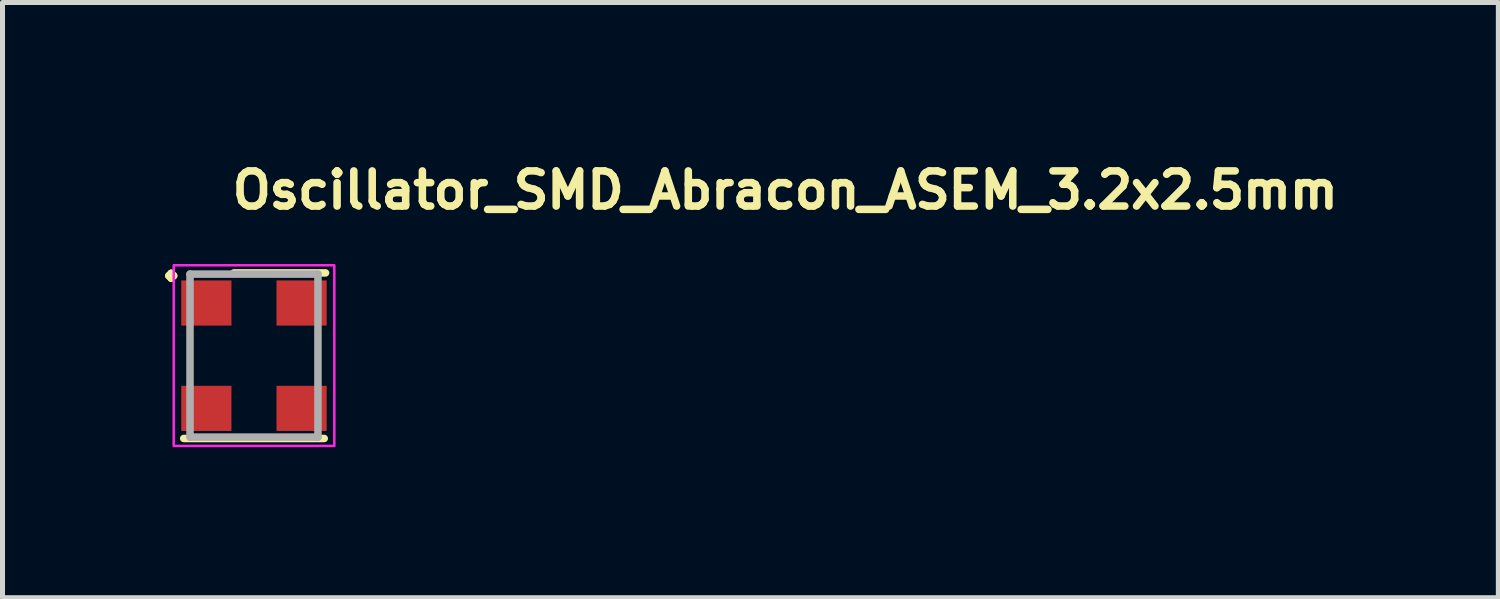
<source format=kicad_pcb>
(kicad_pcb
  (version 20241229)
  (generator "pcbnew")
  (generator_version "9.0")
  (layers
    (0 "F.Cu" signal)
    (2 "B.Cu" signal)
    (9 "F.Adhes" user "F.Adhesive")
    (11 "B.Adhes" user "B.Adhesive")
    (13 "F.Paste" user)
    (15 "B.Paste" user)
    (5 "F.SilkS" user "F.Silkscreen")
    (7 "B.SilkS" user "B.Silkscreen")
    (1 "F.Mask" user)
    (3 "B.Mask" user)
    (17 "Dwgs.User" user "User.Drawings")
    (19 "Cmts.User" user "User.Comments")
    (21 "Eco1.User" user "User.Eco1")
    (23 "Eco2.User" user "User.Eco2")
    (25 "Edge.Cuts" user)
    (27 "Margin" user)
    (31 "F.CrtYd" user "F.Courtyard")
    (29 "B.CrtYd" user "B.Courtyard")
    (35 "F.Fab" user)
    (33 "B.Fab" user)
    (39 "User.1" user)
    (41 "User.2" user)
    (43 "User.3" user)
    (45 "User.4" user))
  (footprint "Oscillator_SMD_Abracon_ASEM_3.2x2.5mm"
    (layer "F.Cu")
    (at 1.063 2.989)
    (property "Reference" "Oscillator_SMD_Abracon_ASEM_3.2x2.5mm" (at 0.44 -1.839 0) (layer "F.SilkS") (effects (font (size 0.7 0.7) (thickness 0.15)) (justify left bottom)))
    (attr smd)
    (fp_line (start 0.55 -0.6) (end 2.375 -0.6) (stroke (width 0.15) (type solid)) (layer "F.SilkS"))
    (fp_line (start 2.349 2.7) (end -0.451 2.7) (stroke (width 0.15) (type solid)) (layer "F.SilkS"))
    (fp_rect (start -0.651 -0.752) (end 2.55 2.849) (stroke (width 0.05) (type solid)) (fill no) (layer "F.CrtYd"))
    (fp_line (start -0.326 -0.576) (end 2.224 -0.576) (stroke (width 0.15) (type solid)) (layer "F.Fab"))
    (fp_line (start -0.326 2.673) (end -0.326 -0.576) (stroke (width 0.15) (type solid)) (layer "F.Fab"))
    (fp_line (start 2.224 -0.576) (end 2.224 2.673) (stroke (width 0.15) (type solid)) (layer "F.Fab"))
    (fp_line (start 2.224 2.673) (end -0.326 2.673) (stroke (width 0.15) (type solid)) (layer "F.Fab"))
    (fp_rect (start -0.301 -0.552) (end 2.2 2.649) (stroke (width 0.1) (type solid)) (fill no) (layer "User.5"))
    (fp_line (start -0.301 -0.552) (end -0.301 2.649) (stroke (width 0.02) (type solid)) (layer "User.9"))
    (fp_line (start 1.624 2.137) (end 1.624 2.141) (stroke (width 0.02) (type solid)) (layer "User.9"))
    (fp_line (start 1.624 2.141) (end 1.624 2.145) (stroke (width 0.02) (type solid)) (layer "User.9"))
    (fp_line (start 1.624 2.145) (end 1.624 2.148) (stroke (width 0.02) (type solid)) (layer "User.9"))
    (fp_line (start 1.624 2.149) (end 1.624 2.152) (stroke (width 0.02) (type solid)) (layer "User.9"))
    (fp_line (start 1.624 2.152) (end 1.624 2.156) (stroke (width 0.02) (type solid)) (layer "User.9"))
    (fp_line (start 1.624 2.156) (end 1.624 2.16) (stroke (width 0.02) (type solid)) (layer "User.9"))
    (fp_line (start 1.624 2.16) (end 1.626 2.164) (stroke (width 0.02) (type solid)) (layer "User.9"))
    (fp_line (start 1.626 2.131) (end 1.626 2.133) (stroke (width 0.02) (type solid)) (layer "User.9"))
    (fp_line (start 1.626 2.133) (end 1.624 2.137) (stroke (width 0.02) (type solid)) (layer "User.9"))
    (fp_line (start 1.626 2.164) (end 1.626 2.168) (stroke (width 0.02) (type solid)) (layer "User.9"))
    (fp_line (start 1.626 2.168) (end 1.628 2.172) (stroke (width 0.02) (type solid)) (layer "User.9"))
    (fp_line (start 1.628 2.124) (end 1.628 2.127) (stroke (width 0.02) (type solid)) (layer "User.9"))
    (fp_line (start 1.628 2.127) (end 1.626 2.131) (stroke (width 0.02) (type solid)) (layer "User.9"))
    (fp_line (start 1.628 2.172) (end 1.628 2.175) (stroke (width 0.02) (type solid)) (layer "User.9"))
    (fp_line (start 1.628 2.175) (end 1.63 2.178) (stroke (width 0.02) (type solid)) (layer "User.9"))
    (fp_line (start 1.63 2.12) (end 1.628 2.124) (stroke (width 0.02) (type solid)) (layer "User.9"))
    (fp_line (start 1.63 2.178) (end 1.632 2.181) (stroke (width 0.02) (type solid)) (layer "User.9"))
    (fp_line (start 1.632 2.116) (end 1.63 2.12) (stroke (width 0.02) (type solid)) (layer "User.9"))
    (fp_line (start 1.632 2.181) (end 1.634 2.185) (stroke (width 0.02) (type solid)) (layer "User.9"))
    (fp_line (start 1.634 2.111) (end 1.634 2.113) (stroke (width 0.02) (type solid)) (layer "User.9"))
    (fp_line (start 1.634 2.113) (end 1.632 2.116) (stroke (width 0.02) (type solid)) (layer "User.9"))
    (fp_line (start 1.634 2.185) (end 1.634 2.188) (stroke (width 0.02) (type solid)) (layer "User.9"))
    (fp_line (start 1.634 2.188) (end 1.636 2.19) (stroke (width 0.02) (type solid)) (layer "User.9"))
    (fp_line (start 1.636 2.108) (end 1.634 2.111) (stroke (width 0.02) (type solid)) (layer "User.9"))
    (fp_line (start 1.636 2.19) (end 1.638 2.193) (stroke (width 0.02) (type solid)) (layer "User.9"))
    (fp_line (start 1.638 2.104) (end 1.636 2.108) (stroke (width 0.02) (type solid)) (layer "User.9"))
    (fp_line (start 1.638 2.193) (end 1.642 2.197) (stroke (width 0.02) (type solid)) (layer "User.9"))
    (fp_line (start 1.642 2.101) (end 1.638 2.104) (stroke (width 0.02) (type solid)) (layer "User.9"))
    (fp_line (start 1.642 2.197) (end 1.644 2.2) (stroke (width 0.02) (type solid)) (layer "User.9"))
    (fp_line (start 1.644 2.099) (end 1.642 2.101) (stroke (width 0.02) (type solid)) (layer "User.9"))
    (fp_line (start 1.644 2.2) (end 1.646 2.202) (stroke (width 0.02) (type solid)) (layer "User.9"))
    (fp_line (start 1.646 2.096) (end 1.644 2.099) (stroke (width 0.02) (type solid)) (layer "User.9"))
    (fp_line (start 1.646 2.202) (end 1.648 2.205) (stroke (width 0.02) (type solid)) (layer "User.9"))
    (fp_line (start 1.648 2.093) (end 1.646 2.096) (stroke (width 0.02) (type solid)) (layer "User.9"))
    (fp_line (start 1.648 2.205) (end 1.652 2.206) (stroke (width 0.02) (type solid)) (layer "User.9"))
    (fp_line (start 1.652 2.092) (end 1.648 2.093) (stroke (width 0.02) (type solid)) (layer "User.9"))
    (fp_line (start 1.652 2.206) (end 1.654 2.209) (stroke (width 0.02) (type solid)) (layer "User.9"))
    (fp_line (start 1.654 2.088) (end 1.652 2.092) (stroke (width 0.02) (type solid)) (layer "User.9"))
    (fp_line (start 1.654 2.209) (end 1.658 2.212) (stroke (width 0.02) (type solid)) (layer "User.9"))
    (fp_line (start 1.658 2.087) (end 1.654 2.088) (stroke (width 0.02) (type solid)) (layer "User.9"))
    (fp_line (start 1.658 2.212) (end 1.66 2.213) (stroke (width 0.02) (type solid)) (layer "User.9"))
    (fp_line (start 1.66 2.084) (end 1.658 2.087) (stroke (width 0.02) (type solid)) (layer "User.9"))
    (fp_line (start 1.66 2.213) (end 1.664 2.214) (stroke (width 0.02) (type solid)) (layer "User.9"))
    (fp_line (start 1.664 2.084) (end 1.66 2.084) (stroke (width 0.02) (type solid)) (layer "User.9"))
    (fp_line (start 1.664 2.214) (end 1.667 2.217) (stroke (width 0.02) (type solid)) (layer "User.9"))
    (fp_line (start 1.667 2.081) (end 1.664 2.084) (stroke (width 0.02) (type solid)) (layer "User.9"))
    (fp_line (start 1.667 2.217) (end 1.669 2.218) (stroke (width 0.02) (type solid)) (layer "User.9"))
    (fp_line (start 1.669 2.08) (end 1.667 2.081) (stroke (width 0.02) (type solid)) (layer "User.9"))
    (fp_line (start 1.669 2.218) (end 1.673 2.22) (stroke (width 0.02) (type solid)) (layer "User.9"))
    (fp_line (start 1.673 2.079) (end 1.669 2.08) (stroke (width 0.02) (type solid)) (layer "User.9"))
    (fp_line (start 1.673 2.22) (end 1.677 2.221) (stroke (width 0.02) (type solid)) (layer "User.9"))
    (fp_line (start 1.677 2.077) (end 1.673 2.079) (stroke (width 0.02) (type solid)) (layer "User.9"))
    (fp_line (start 1.677 2.221) (end 1.681 2.221) (stroke (width 0.02) (type solid)) (layer "User.9"))
    (fp_line (start 1.681 2.076) (end 1.677 2.077) (stroke (width 0.02) (type solid)) (layer "User.9"))
    (fp_line (start 1.681 2.221) (end 1.683 2.222) (stroke (width 0.02) (type solid)) (layer "User.9"))
    (fp_line (start 1.683 2.076) (end 1.681 2.076) (stroke (width 0.02) (type solid)) (layer "User.9"))
    (fp_line (start 1.683 2.222) (end 1.687 2.224) (stroke (width 0.02) (type solid)) (layer "User.9"))
    (fp_line (start 1.687 2.075) (end 1.683 2.076) (stroke (width 0.02) (type solid)) (layer "User.9"))
    (fp_line (start 1.687 2.224) (end 1.691 2.224) (stroke (width 0.02) (type solid)) (layer "User.9"))
    (fp_line (start 1.691 2.075) (end 1.687 2.075) (stroke (width 0.02) (type solid)) (layer "User.9"))
    (fp_line (start 1.691 2.224) (end 1.695 2.224) (stroke (width 0.02) (type solid)) (layer "User.9"))
    (fp_line (start 1.695 2.075) (end 1.691 2.075) (stroke (width 0.02) (type solid)) (layer "User.9"))
    (fp_line (start 1.695 2.224) (end 1.699 2.224) (stroke (width 0.02) (type solid)) (layer "User.9"))
    (fp_line (start 1.699 2.075) (end 1.695 2.075) (stroke (width 0.02) (type solid)) (layer "User.9"))
    (fp_line (start 1.699 2.075) (end 1.699 2.075) (stroke (width 0.02) (type solid)) (layer "User.9"))
    (fp_line (start 1.699 2.224) (end 1.699 2.224) (stroke (width 0.02) (type solid)) (layer "User.9"))
    (fp_line (start 1.699 2.224) (end 1.703 2.224) (stroke (width 0.02) (type solid)) (layer "User.9"))
    (fp_line (start 1.703 2.075) (end 1.699 2.075) (stroke (width 0.02) (type solid)) (layer "User.9"))
    (fp_line (start 1.703 2.224) (end 1.707 2.224) (stroke (width 0.02) (type solid)) (layer "User.9"))
    (fp_line (start 1.707 2.075) (end 1.703 2.075) (stroke (width 0.02) (type solid)) (layer "User.9"))
    (fp_line (start 1.707 2.224) (end 1.711 2.224) (stroke (width 0.02) (type solid)) (layer "User.9"))
    (fp_line (start 1.711 2.075) (end 1.707 2.075) (stroke (width 0.02) (type solid)) (layer "User.9"))
    (fp_line (start 1.711 2.224) (end 1.715 2.222) (stroke (width 0.02) (type solid)) (layer "User.9"))
    (fp_line (start 1.715 2.076) (end 1.711 2.075) (stroke (width 0.02) (type solid)) (layer "User.9"))
    (fp_line (start 1.715 2.222) (end 1.717 2.221) (stroke (width 0.02) (type solid)) (layer "User.9"))
    (fp_line (start 1.717 2.076) (end 1.715 2.076) (stroke (width 0.02) (type solid)) (layer "User.9"))
    (fp_line (start 1.717 2.221) (end 1.721 2.221) (stroke (width 0.02) (type solid)) (layer "User.9"))
    (fp_line (start 1.721 2.077) (end 1.717 2.076) (stroke (width 0.02) (type solid)) (layer "User.9"))
    (fp_line (start 1.721 2.221) (end 1.725 2.22) (stroke (width 0.02) (type solid)) (layer "User.9"))
    (fp_line (start 1.725 2.079) (end 1.721 2.077) (stroke (width 0.02) (type solid)) (layer "User.9"))
    (fp_line (start 1.725 2.22) (end 1.729 2.218) (stroke (width 0.02) (type solid)) (layer "User.9"))
    (fp_line (start 1.729 2.08) (end 1.725 2.079) (stroke (width 0.02) (type solid)) (layer "User.9"))
    (fp_line (start 1.729 2.218) (end 1.731 2.217) (stroke (width 0.02) (type solid)) (layer "User.9"))
    (fp_line (start 1.731 2.081) (end 1.729 2.08) (stroke (width 0.02) (type solid)) (layer "User.9"))
    (fp_line (start 1.731 2.217) (end 1.735 2.214) (stroke (width 0.02) (type solid)) (layer "User.9"))
    (fp_line (start 1.735 2.084) (end 1.731 2.081) (stroke (width 0.02) (type solid)) (layer "User.9"))
    (fp_line (start 1.735 2.214) (end 1.737 2.213) (stroke (width 0.02) (type solid)) (layer "User.9"))
    (fp_line (start 1.737 2.084) (end 1.735 2.084) (stroke (width 0.02) (type solid)) (layer "User.9"))
    (fp_line (start 1.737 2.213) (end 1.741 2.212) (stroke (width 0.02) (type solid)) (layer "User.9"))
    (fp_line (start 1.741 2.087) (end 1.737 2.084) (stroke (width 0.02) (type solid)) (layer "User.9"))
    (fp_line (start 1.741 2.212) (end 1.743 2.209) (stroke (width 0.02) (type solid)) (layer "User.9"))
    (fp_line (start 1.743 2.088) (end 1.741 2.087) (stroke (width 0.02) (type solid)) (layer "User.9"))
    (fp_line (start 1.743 2.209) (end 1.747 2.206) (stroke (width 0.02) (type solid)) (layer "User.9"))
    (fp_line (start 1.747 2.092) (end 1.743 2.088) (stroke (width 0.02) (type solid)) (layer "User.9"))
    (fp_line (start 1.747 2.206) (end 1.749 2.205) (stroke (width 0.02) (type solid)) (layer "User.9"))
    (fp_line (start 1.749 2.093) (end 1.747 2.092) (stroke (width 0.02) (type solid)) (layer "User.9"))
    (fp_line (start 1.749 2.205) (end 1.753 2.202) (stroke (width 0.02) (type solid)) (layer "User.9"))
    (fp_line (start 1.753 2.096) (end 1.749 2.093) (stroke (width 0.02) (type solid)) (layer "User.9"))
    (fp_line (start 1.753 2.202) (end 1.755 2.2) (stroke (width 0.02) (type solid)) (layer "User.9"))
    (fp_line (start 1.755 2.099) (end 1.753 2.096) (stroke (width 0.02) (type solid)) (layer "User.9"))
    (fp_line (start 1.755 2.2) (end 1.757 2.197) (stroke (width 0.02) (type solid)) (layer "User.9"))
    (fp_line (start 1.757 2.101) (end 1.755 2.099) (stroke (width 0.02) (type solid)) (layer "User.9"))
    (fp_line (start 1.757 2.197) (end 1.759 2.193) (stroke (width 0.02) (type solid)) (layer "User.9"))
    (fp_line (start 1.759 2.104) (end 1.757 2.101) (stroke (width 0.02) (type solid)) (layer "User.9"))
    (fp_line (start 1.759 2.193) (end 1.761 2.19) (stroke (width 0.02) (type solid)) (layer "User.9"))
    (fp_line (start 1.761 2.108) (end 1.759 2.104) (stroke (width 0.02) (type solid)) (layer "User.9"))
    (fp_line (start 1.761 2.19) (end 1.763 2.188) (stroke (width 0.02) (type solid)) (layer "User.9"))
    (fp_line (start 1.763 2.111) (end 1.761 2.108) (stroke (width 0.02) (type solid)) (layer "User.9"))
    (fp_line (start 1.763 2.188) (end 1.765 2.185) (stroke (width 0.02) (type solid)) (layer "User.9"))
    (fp_line (start 1.765 2.113) (end 1.763 2.111) (stroke (width 0.02) (type solid)) (layer "User.9"))
    (fp_line (start 1.765 2.185) (end 1.767 2.181) (stroke (width 0.02) (type solid)) (layer "User.9"))
    (fp_line (start 1.767 2.116) (end 1.765 2.113) (stroke (width 0.02) (type solid)) (layer "User.9"))
    (fp_line (start 1.767 2.181) (end 1.769 2.178) (stroke (width 0.02) (type solid)) (layer "User.9"))
    (fp_line (start 1.769 2.12) (end 1.767 2.116) (stroke (width 0.02) (type solid)) (layer "User.9"))
    (fp_line (start 1.769 2.124) (end 1.769 2.12) (stroke (width 0.02) (type solid)) (layer "User.9"))
    (fp_line (start 1.769 2.175) (end 1.771 2.172) (stroke (width 0.02) (type solid)) (layer "User.9"))
    (fp_line (start 1.769 2.178) (end 1.769 2.175) (stroke (width 0.02) (type solid)) (layer "User.9"))
    (fp_line (start 1.771 2.127) (end 1.769 2.124) (stroke (width 0.02) (type solid)) (layer "User.9"))
    (fp_line (start 1.771 2.131) (end 1.771 2.127) (stroke (width 0.02) (type solid)) (layer "User.9"))
    (fp_line (start 1.771 2.168) (end 1.773 2.164) (stroke (width 0.02) (type solid)) (layer "User.9"))
    (fp_line (start 1.771 2.172) (end 1.771 2.168) (stroke (width 0.02) (type solid)) (layer "User.9"))
    (fp_line (start 1.773 2.133) (end 1.771 2.131) (stroke (width 0.02) (type solid)) (layer "User.9"))
    (fp_line (start 1.773 2.137) (end 1.773 2.133) (stroke (width 0.02) (type solid)) (layer "User.9"))
    (fp_line (start 1.773 2.141) (end 1.773 2.137) (stroke (width 0.02) (type solid)) (layer "User.9"))
    (fp_line (start 1.773 2.145) (end 1.773 2.141) (stroke (width 0.02) (type solid)) (layer "User.9"))
    (fp_line (start 1.773 2.149) (end 1.773 2.145) (stroke (width 0.02) (type solid)) (layer "User.9"))
    (fp_line (start 1.773 2.152) (end 1.773 2.149) (stroke (width 0.02) (type solid)) (layer "User.9"))
    (fp_line (start 1.773 2.156) (end 1.773 2.152) (stroke (width 0.02) (type solid)) (layer "User.9"))
    (fp_line (start 1.773 2.16) (end 1.773 2.156) (stroke (width 0.02) (type solid)) (layer "User.9"))
    (fp_line (start 1.773 2.164) (end 1.773 2.16) (stroke (width 0.02) (type solid)) (layer "User.9"))
    (fp_line (start 2.2 -0.552) (end -0.301 -0.552) (stroke (width 0.02) (type solid)) (layer "User.9"))
    (fp_line (start 2.2 -0.552) (end 2.2 2.649) (stroke (width 0.02) (type solid)) (layer "User.9"))
    (fp_line (start 2.2 2.649) (end -0.301 2.649) (stroke (width 0.02) (type solid)) (layer "User.9"))
    (fp_text user "." (at -0.7 -0.95 0) (layer "F.SilkS") (effects (font (size 1 1) (thickness 0.15))))
    (pad "1" smd rect (at 0 0) (size 1 0.9) (layers "F.Cu" "F.Mask" "F.Paste"))
    (pad "2" smd rect (at 0 2.1) (size 1 0.9) (layers "F.Cu" "F.Mask" "F.Paste"))
    (pad "3" smd rect (at 1.898 2.1) (size 1 0.9) (layers "F.Cu" "F.Mask" "F.Paste"))
    (pad "4" smd rect (at 1.898 0) (size 1 0.9) (layers "F.Cu" "F.Mask" "F.Paste")))
  (gr_rect
    (start -3 -3)
    (end 26.813 8.863)
    (stroke (width 0.1) (type default))
    (fill no)
    (layer "Edge.Cuts")))
</source>
